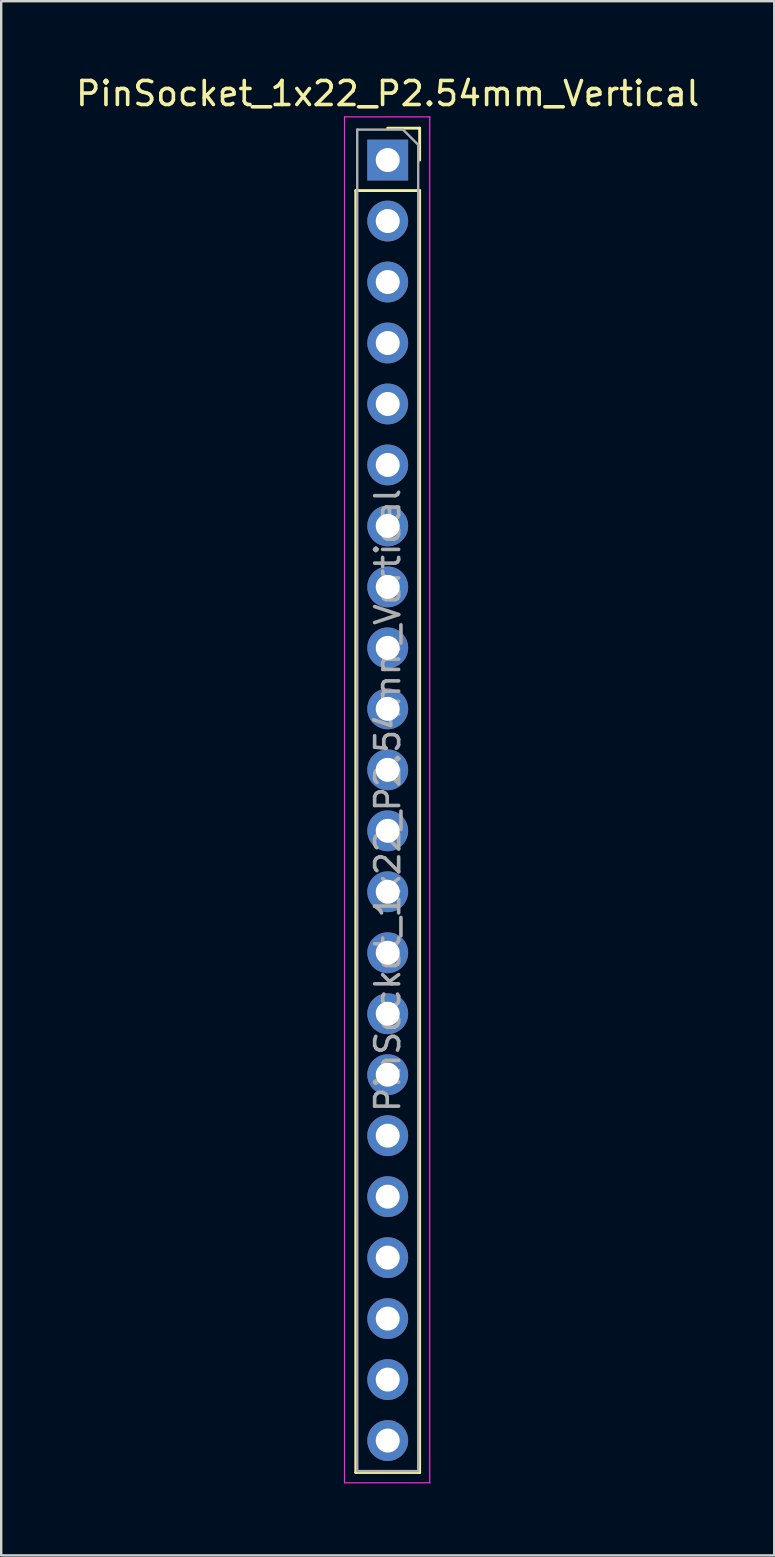
<source format=kicad_pcb>
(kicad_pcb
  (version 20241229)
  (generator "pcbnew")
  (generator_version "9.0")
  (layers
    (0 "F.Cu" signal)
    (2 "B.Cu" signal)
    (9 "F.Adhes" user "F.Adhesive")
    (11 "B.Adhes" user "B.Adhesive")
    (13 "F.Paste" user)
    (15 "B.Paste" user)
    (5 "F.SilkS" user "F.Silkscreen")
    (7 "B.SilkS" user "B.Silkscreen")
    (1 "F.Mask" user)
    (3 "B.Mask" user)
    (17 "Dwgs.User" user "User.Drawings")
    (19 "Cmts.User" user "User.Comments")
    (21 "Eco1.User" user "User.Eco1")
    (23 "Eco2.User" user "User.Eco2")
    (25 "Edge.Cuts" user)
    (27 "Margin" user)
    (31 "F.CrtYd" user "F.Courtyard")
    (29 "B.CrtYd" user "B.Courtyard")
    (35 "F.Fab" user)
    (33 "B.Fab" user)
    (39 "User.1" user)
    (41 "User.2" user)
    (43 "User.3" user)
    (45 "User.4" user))
  (footprint "PinSocket_1x22_P2.54mm_Vertical"
    (layer "F.Cu")
    (at 13.101 3.618)
    (property "Reference" "PinSocket_1x22_P2.54mm_Vertical" (at 0 -2.77 0) (layer "F.SilkS") (effects (font (size 1 1) (thickness 0.15))))
    (attr through_hole)
    (fp_line (start -1.33 1.27) (end -1.33 54.67) (stroke (width 0.12) (type solid)) (layer "F.SilkS"))
    (fp_line (start -1.33 1.27) (end 1.33 1.27) (stroke (width 0.12) (type solid)) (layer "F.SilkS"))
    (fp_line (start -1.33 54.67) (end 1.33 54.67) (stroke (width 0.12) (type solid)) (layer "F.SilkS"))
    (fp_line (start 0 -1.33) (end 1.33 -1.33) (stroke (width 0.12) (type solid)) (layer "F.SilkS"))
    (fp_line (start 1.33 -1.33) (end 1.33 0) (stroke (width 0.12) (type solid)) (layer "F.SilkS"))
    (fp_line (start 1.33 1.27) (end 1.33 54.67) (stroke (width 0.12) (type solid)) (layer "F.SilkS"))
    (fp_line (start -1.8 -1.8) (end 1.75 -1.8) (stroke (width 0.05) (type solid)) (layer "F.CrtYd"))
    (fp_line (start -1.8 55.1) (end -1.8 -1.8) (stroke (width 0.05) (type solid)) (layer "F.CrtYd"))
    (fp_line (start 1.75 -1.8) (end 1.75 55.1) (stroke (width 0.05) (type solid)) (layer "F.CrtYd"))
    (fp_line (start 1.75 55.1) (end -1.8 55.1) (stroke (width 0.05) (type solid)) (layer "F.CrtYd"))
    (fp_line (start -1.27 -1.27) (end 0.635 -1.27) (stroke (width 0.1) (type solid)) (layer "F.Fab"))
    (fp_line (start -1.27 54.61) (end -1.27 -1.27) (stroke (width 0.1) (type solid)) (layer "F.Fab"))
    (fp_line (start 0.635 -1.27) (end 1.27 -0.635) (stroke (width 0.1) (type solid)) (layer "F.Fab"))
    (fp_line (start 1.27 -0.635) (end 1.27 54.61) (stroke (width 0.1) (type solid)) (layer "F.Fab"))
    (fp_line (start 1.27 54.61) (end -1.27 54.61) (stroke (width 0.1) (type solid)) (layer "F.Fab"))
    (fp_text user "${REFERENCE}" (at 0 26.67 90) (layer "F.Fab") (effects (font (size 1 1) (thickness 0.15))))
    (pad "1" thru_hole rect (at 0 0) (size 1.7 1.7) (drill 1) (layers "*.Cu" "*.Mask"))
    (pad "2" thru_hole circle (at 0 2.54) (size 1.7 1.7) (drill 1) (layers "*.Cu" "*.Mask"))
    (pad "3" thru_hole circle (at 0 5.08) (size 1.7 1.7) (drill 1) (layers "*.Cu" "*.Mask"))
    (pad "4" thru_hole circle (at 0 7.62) (size 1.7 1.7) (drill 1) (layers "*.Cu" "*.Mask"))
    (pad "5" thru_hole circle (at 0 10.16) (size 1.7 1.7) (drill 1) (layers "*.Cu" "*.Mask"))
    (pad "6" thru_hole circle (at 0 12.7) (size 1.7 1.7) (drill 1) (layers "*.Cu" "*.Mask"))
    (pad "7" thru_hole circle (at 0 15.24) (size 1.7 1.7) (drill 1) (layers "*.Cu" "*.Mask"))
    (pad "8" thru_hole circle (at 0 17.78) (size 1.7 1.7) (drill 1) (layers "*.Cu" "*.Mask"))
    (pad "9" thru_hole circle (at 0 20.32) (size 1.7 1.7) (drill 1) (layers "*.Cu" "*.Mask"))
    (pad "10" thru_hole circle (at 0 22.86) (size 1.7 1.7) (drill 1) (layers "*.Cu" "*.Mask"))
    (pad "11" thru_hole circle (at 0 25.4) (size 1.7 1.7) (drill 1) (layers "*.Cu" "*.Mask"))
    (pad "12" thru_hole circle (at 0 27.94) (size 1.7 1.7) (drill 1) (layers "*.Cu" "*.Mask"))
    (pad "13" thru_hole circle (at 0 30.48) (size 1.7 1.7) (drill 1) (layers "*.Cu" "*.Mask"))
    (pad "14" thru_hole circle (at 0 33.02) (size 1.7 1.7) (drill 1) (layers "*.Cu" "*.Mask"))
    (pad "15" thru_hole circle (at 0 35.56) (size 1.7 1.7) (drill 1) (layers "*.Cu" "*.Mask"))
    (pad "16" thru_hole circle (at 0 38.1) (size 1.7 1.7) (drill 1) (layers "*.Cu" "*.Mask"))
    (pad "17" thru_hole circle (at 0 40.64) (size 1.7 1.7) (drill 1) (layers "*.Cu" "*.Mask"))
    (pad "18" thru_hole circle (at 0 43.18) (size 1.7 1.7) (drill 1) (layers "*.Cu" "*.Mask"))
    (pad "19" thru_hole circle (at 0 45.72) (size 1.7 1.7) (drill 1) (layers "*.Cu" "*.Mask"))
    (pad "20" thru_hole circle (at 0 48.26) (size 1.7 1.7) (drill 1) (layers "*.Cu" "*.Mask"))
    (pad "21" thru_hole circle (at 0 50.8) (size 1.7 1.7) (drill 1) (layers "*.Cu" "*.Mask"))
    (pad "22" thru_hole circle (at 0 53.34) (size 1.7 1.7) (drill 1) (layers "*.Cu" "*.Mask")))
  (gr_rect
    (start -3 -3)
    (end 29.202 61.743)
    (stroke (width 0.1) (type default))
    (fill no)
    (layer "Edge.Cuts")))
</source>
